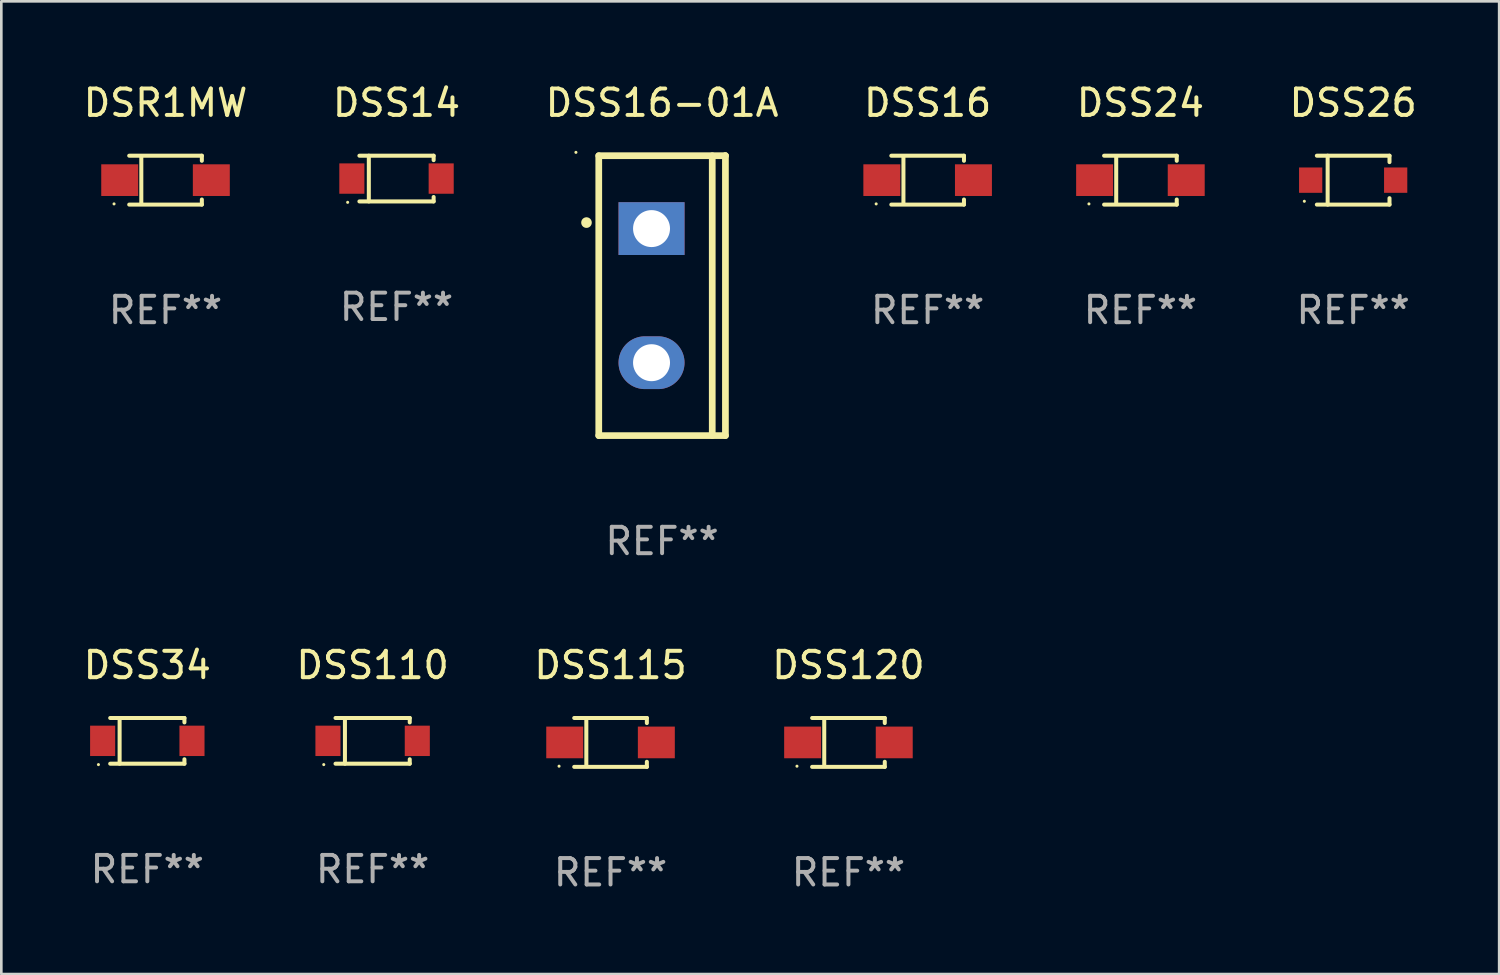
<source format=kicad_pcb>
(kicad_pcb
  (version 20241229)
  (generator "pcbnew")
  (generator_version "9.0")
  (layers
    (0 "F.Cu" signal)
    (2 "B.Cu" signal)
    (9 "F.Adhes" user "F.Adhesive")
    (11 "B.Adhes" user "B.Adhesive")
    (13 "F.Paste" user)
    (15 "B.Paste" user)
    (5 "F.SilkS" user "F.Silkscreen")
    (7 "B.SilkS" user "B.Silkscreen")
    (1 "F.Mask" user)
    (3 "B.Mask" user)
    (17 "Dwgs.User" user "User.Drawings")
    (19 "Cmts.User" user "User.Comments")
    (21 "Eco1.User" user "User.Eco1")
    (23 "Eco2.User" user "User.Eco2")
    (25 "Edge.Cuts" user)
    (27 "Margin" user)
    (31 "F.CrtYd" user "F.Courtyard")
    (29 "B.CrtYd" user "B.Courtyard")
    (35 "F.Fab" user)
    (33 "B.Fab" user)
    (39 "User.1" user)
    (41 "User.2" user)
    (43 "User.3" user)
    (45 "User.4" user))
  (footprint "DSS16"
    (layer "F.Cu")
    (at 32.089 3.774)
    (property "Reference" "DSS16" (at 0 -2.926 0) (layer "F.SilkS") (effects (font (size 1 1) (thickness 0.15))))
    (attr through_hole)
    (fp_line (start -1.376 -0.926) (end 1.376 -0.926) (stroke (width 0.152) (type solid)) (layer "F.SilkS"))
    (fp_line (start -1.376 0.926) (end 1.376 0.926) (stroke (width 0.152) (type solid)) (layer "F.SilkS"))
    (fp_line (start -0.917 -0.876) (end -0.917 0.876) (stroke (width 0.152) (type solid)) (layer "F.SilkS"))
    (fp_line (start 1.376 -0.926) (end 1.376 -0.733) (stroke (width 0.152) (type solid)) (layer "F.SilkS"))
    (fp_line (start 1.376 0.926) (end 1.376 0.733) (stroke (width 0.152) (type solid)) (layer "F.SilkS"))
    (fp_circle (center -1.95 0.9) (end -1.92 0.9) (stroke (width 0.06) (type solid)) (fill no) (layer "F.SilkS"))
    (fp_text user "REF**" (at 0 4.926 0) (layer "F.Fab") (effects (font (size 1 1) (thickness 0.15))))
    (pad "1" smd rect (at -1.735 0) (size 1.4 1.2) (layers "F.Cu" "F.Mask" "F.Paste"))
    (pad "2" smd rect (at 1.735 0) (size 1.4 1.2) (layers "F.Cu" "F.Mask" "F.Paste")))
  (footprint "DSS110"
    (layer "F.Cu")
    (at 11.065 25.013)
    (property "Reference" "DSS110" (at 0 -2.866 0) (layer "F.SilkS") (effects (font (size 1 1) (thickness 0.15))))
    (attr through_hole)
    (fp_line (start -1.406 -0.866) (end 1.406 -0.866) (stroke (width 0.152) (type solid)) (layer "F.SilkS"))
    (fp_line (start -1.406 0.866) (end 1.406 0.866) (stroke (width 0.152) (type solid)) (layer "F.SilkS"))
    (fp_line (start -1.049 -0.866) (end -1.049 0.866) (stroke (width 0.152) (type solid)) (layer "F.SilkS"))
    (fp_line (start 1.406 -0.866) (end 1.406 -0.698) (stroke (width 0.152) (type solid)) (layer "F.SilkS"))
    (fp_line (start 1.406 0.866) (end 1.406 0.698) (stroke (width 0.152) (type solid)) (layer "F.SilkS"))
    (fp_circle (center -1.851 0.9) (end -1.821 0.9) (stroke (width 0.06) (type solid)) (fill no) (layer "F.SilkS"))
    (fp_text user "REF**" (at 0 4.866 0) (layer "F.Fab") (effects (font (size 1 1) (thickness 0.15))))
    (pad "1" smd rect (at -1.692 0) (size 0.95 1.15) (layers "F.Cu" "F.Mask" "F.Paste"))
    (pad "2" smd rect (at 1.692 0) (size 0.95 1.15) (layers "F.Cu" "F.Mask" "F.Paste")))
  (footprint "DSR1MW"
    (layer "F.Cu")
    (at 3.22 3.774)
    (property "Reference" "DSR1MW" (at 0 -2.926 0) (layer "F.SilkS") (effects (font (size 1 1) (thickness 0.15))))
    (attr through_hole)
    (fp_line (start -1.376 -0.926) (end 1.376 -0.926) (stroke (width 0.152) (type solid)) (layer "F.SilkS"))
    (fp_line (start -1.376 0.926) (end 1.376 0.926) (stroke (width 0.152) (type solid)) (layer "F.SilkS"))
    (fp_line (start -0.917 -0.876) (end -0.917 0.876) (stroke (width 0.152) (type solid)) (layer "F.SilkS"))
    (fp_line (start 1.376 -0.926) (end 1.376 -0.733) (stroke (width 0.152) (type solid)) (layer "F.SilkS"))
    (fp_line (start 1.376 0.926) (end 1.376 0.733) (stroke (width 0.152) (type solid)) (layer "F.SilkS"))
    (fp_circle (center -1.95 0.9) (end -1.92 0.9) (stroke (width 0.06) (type solid)) (fill no) (layer "F.SilkS"))
    (fp_text user "REF**" (at 0 4.926 0) (layer "F.Fab") (effects (font (size 1 1) (thickness 0.15))))
    (pad "1" smd rect (at -1.735 0) (size 1.4 1.2) (layers "F.Cu" "F.Mask" "F.Paste"))
    (pad "2" smd rect (at 1.735 0) (size 1.4 1.2) (layers "F.Cu" "F.Mask" "F.Paste")))
  (footprint "DSS115"
    (layer "F.Cu")
    (at 20.077 25.073)
    (property "Reference" "DSS115" (at 0 -2.926 0) (layer "F.SilkS") (effects (font (size 1 1) (thickness 0.15))))
    (attr through_hole)
    (fp_line (start -1.376 -0.926) (end 1.376 -0.926) (stroke (width 0.152) (type solid)) (layer "F.SilkS"))
    (fp_line (start -1.376 0.926) (end 1.376 0.926) (stroke (width 0.152) (type solid)) (layer "F.SilkS"))
    (fp_line (start -0.917 -0.876) (end -0.917 0.876) (stroke (width 0.152) (type solid)) (layer "F.SilkS"))
    (fp_line (start 1.376 -0.926) (end 1.376 -0.733) (stroke (width 0.152) (type solid)) (layer "F.SilkS"))
    (fp_line (start 1.376 0.926) (end 1.376 0.733) (stroke (width 0.152) (type solid)) (layer "F.SilkS"))
    (fp_circle (center -1.95 0.9) (end -1.92 0.9) (stroke (width 0.06) (type solid)) (fill no) (layer "F.SilkS"))
    (fp_text user "REF**" (at 0 4.926 0) (layer "F.Fab") (effects (font (size 1 1) (thickness 0.15))))
    (pad "1" smd rect (at -1.735 0) (size 1.4 1.2) (layers "F.Cu" "F.Mask" "F.Paste"))
    (pad "2" smd rect (at 1.735 0) (size 1.4 1.2) (layers "F.Cu" "F.Mask" "F.Paste")))
  (footprint "DSS14"
    (layer "F.Cu")
    (at 11.97 3.714)
    (property "Reference" "DSS14" (at 0 -2.866 0) (layer "F.SilkS") (effects (font (size 1 1) (thickness 0.15))))
    (attr through_hole)
    (fp_line (start -1.406 -0.866) (end 1.406 -0.866) (stroke (width 0.152) (type solid)) (layer "F.SilkS"))
    (fp_line (start -1.406 0.866) (end 1.406 0.866) (stroke (width 0.152) (type solid)) (layer "F.SilkS"))
    (fp_line (start -1.049 -0.866) (end -1.049 0.866) (stroke (width 0.152) (type solid)) (layer "F.SilkS"))
    (fp_line (start 1.406 -0.866) (end 1.406 -0.698) (stroke (width 0.152) (type solid)) (layer "F.SilkS"))
    (fp_line (start 1.406 0.866) (end 1.406 0.698) (stroke (width 0.152) (type solid)) (layer "F.SilkS"))
    (fp_circle (center -1.851 0.9) (end -1.821 0.9) (stroke (width 0.06) (type solid)) (fill no) (layer "F.SilkS"))
    (fp_text user "REF**" (at 0 4.866 0) (layer "F.Fab") (effects (font (size 1 1) (thickness 0.15))))
    (pad "1" smd rect (at -1.692 0) (size 0.95 1.15) (layers "F.Cu" "F.Mask" "F.Paste"))
    (pad "2" smd rect (at 1.692 0) (size 0.95 1.15) (layers "F.Cu" "F.Mask" "F.Paste")))
  (footprint "DSS120"
    (layer "F.Cu")
    (at 29.089 25.073)
    (property "Reference" "DSS120" (at 0 -2.926 0) (layer "F.SilkS") (effects (font (size 1 1) (thickness 0.15))))
    (attr through_hole)
    (fp_line (start -1.376 -0.926) (end 1.376 -0.926) (stroke (width 0.152) (type solid)) (layer "F.SilkS"))
    (fp_line (start -1.376 0.926) (end 1.376 0.926) (stroke (width 0.152) (type solid)) (layer "F.SilkS"))
    (fp_line (start -0.917 -0.876) (end -0.917 0.876) (stroke (width 0.152) (type solid)) (layer "F.SilkS"))
    (fp_line (start 1.376 -0.926) (end 1.376 -0.733) (stroke (width 0.152) (type solid)) (layer "F.SilkS"))
    (fp_line (start 1.376 0.926) (end 1.376 0.733) (stroke (width 0.152) (type solid)) (layer "F.SilkS"))
    (fp_circle (center -1.95 0.9) (end -1.92 0.9) (stroke (width 0.06) (type solid)) (fill no) (layer "F.SilkS"))
    (fp_text user "REF**" (at 0 4.926 0) (layer "F.Fab") (effects (font (size 1 1) (thickness 0.15))))
    (pad "1" smd rect (at -1.735 0) (size 1.4 1.2) (layers "F.Cu" "F.Mask" "F.Paste"))
    (pad "2" smd rect (at 1.735 0) (size 1.4 1.2) (layers "F.Cu" "F.Mask" "F.Paste")))
  (footprint "DSS24"
    (layer "F.Cu")
    (at 40.149 3.774)
    (property "Reference" "DSS24" (at 0 -2.926 0) (layer "F.SilkS") (effects (font (size 1 1) (thickness 0.15))))
    (attr through_hole)
    (fp_line (start -1.376 -0.926) (end 1.376 -0.926) (stroke (width 0.152) (type solid)) (layer "F.SilkS"))
    (fp_line (start -1.376 0.926) (end 1.376 0.926) (stroke (width 0.152) (type solid)) (layer "F.SilkS"))
    (fp_line (start -0.917 -0.876) (end -0.917 0.876) (stroke (width 0.152) (type solid)) (layer "F.SilkS"))
    (fp_line (start 1.376 -0.926) (end 1.376 -0.733) (stroke (width 0.152) (type solid)) (layer "F.SilkS"))
    (fp_line (start 1.376 0.926) (end 1.376 0.733) (stroke (width 0.152) (type solid)) (layer "F.SilkS"))
    (fp_circle (center -1.95 0.9) (end -1.92 0.9) (stroke (width 0.06) (type solid)) (fill no) (layer "F.SilkS"))
    (fp_text user "REF**" (at 0 4.926 0) (layer "F.Fab") (effects (font (size 1 1) (thickness 0.15))))
    (pad "1" smd rect (at -1.735 0) (size 1.4 1.2) (layers "F.Cu" "F.Mask" "F.Paste"))
    (pad "2" smd rect (at 1.735 0) (size 1.4 1.2) (layers "F.Cu" "F.Mask" "F.Paste")))
  (footprint "DSS26"
    (layer "F.Cu")
    (at 48.208 3.774)
    (property "Reference" "DSS26" (at 0 -2.926 0) (layer "F.SilkS") (effects (font (size 1 1) (thickness 0.15))))
    (attr through_hole)
    (fp_line (start -1.376 -0.926) (end 1.376 -0.926) (stroke (width 0.152) (type solid)) (layer "F.SilkS"))
    (fp_line (start -1.376 0.926) (end 1.376 0.926) (stroke (width 0.152) (type solid)) (layer "F.SilkS"))
    (fp_line (start -0.967 -0.926) (end -0.967 0.926) (stroke (width 0.152) (type solid)) (layer "F.SilkS"))
    (fp_line (start 1.376 -0.926) (end 1.376 -0.683) (stroke (width 0.152) (type solid)) (layer "F.SilkS"))
    (fp_line (start 1.376 0.926) (end 1.376 0.683) (stroke (width 0.152) (type solid)) (layer "F.SilkS"))
    (fp_circle (center -1.85 0.8) (end -1.82 0.8) (stroke (width 0.06) (type solid)) (fill no) (layer "F.SilkS"))
    (fp_text user "REF**" (at 0 4.926 0) (layer "F.Fab") (effects (font (size 1 1) (thickness 0.15))))
    (pad "1" smd rect (at -1.61 0) (size 0.88 0.96) (layers "F.Cu" "F.Mask" "F.Paste"))
    (pad "2" smd rect (at 1.61 0) (size 0.88 0.96) (layers "F.Cu" "F.Mask" "F.Paste")))
  (footprint "DSS34"
    (layer "F.Cu")
    (at 2.53 25.013)
    (property "Reference" "DSS34" (at 0 -2.866 0) (layer "F.SilkS") (effects (font (size 1 1) (thickness 0.15))))
    (attr through_hole)
    (fp_line (start -1.406 -0.866) (end 1.406 -0.866) (stroke (width 0.152) (type solid)) (layer "F.SilkS"))
    (fp_line (start -1.406 0.866) (end 1.406 0.866) (stroke (width 0.152) (type solid)) (layer "F.SilkS"))
    (fp_line (start -1.049 -0.866) (end -1.049 0.866) (stroke (width 0.152) (type solid)) (layer "F.SilkS"))
    (fp_line (start 1.406 -0.866) (end 1.406 -0.698) (stroke (width 0.152) (type solid)) (layer "F.SilkS"))
    (fp_line (start 1.406 0.866) (end 1.406 0.698) (stroke (width 0.152) (type solid)) (layer "F.SilkS"))
    (fp_circle (center -1.851 0.9) (end -1.821 0.9) (stroke (width 0.06) (type solid)) (fill no) (layer "F.SilkS"))
    (fp_text user "REF**" (at 0 4.866 0) (layer "F.Fab") (effects (font (size 1 1) (thickness 0.15))))
    (pad "1" smd rect (at -1.692 0) (size 0.95 1.15) (layers "F.Cu" "F.Mask" "F.Paste"))
    (pad "2" smd rect (at 1.692 0) (size 0.95 1.15) (layers "F.Cu" "F.Mask" "F.Paste")))
  (footprint "DSS16-01A"
    (layer "F.Cu")
    (at 22.03 8.149)
    (property "Reference" "DSS16-01A" (at 0 -7.301 0) (layer "F.SilkS") (effects (font (size 1 1) (thickness 0.15))))
    (attr through_hole)
    (fp_line (start -2.399 -5.301) (end 2.394 -5.301) (stroke (width 0.254) (type solid)) (layer "F.SilkS"))
    (fp_line (start -2.399 5.301) (end -2.399 -5.301) (stroke (width 0.254) (type solid)) (layer "F.SilkS"))
    (fp_line (start 1.9 5.3) (end 1.9 -5.3) (stroke (width 0.254) (type solid)) (layer "F.SilkS"))
    (fp_line (start 2.394 -5.301) (end 2.399 -5.301) (stroke (width 0.254) (type solid)) (layer "F.SilkS"))
    (fp_line (start 2.399 -5.301) (end 2.399 5.301) (stroke (width 0.254) (type solid)) (layer "F.SilkS"))
    (fp_line (start 2.399 5.301) (end -2.399 5.301) (stroke (width 0.254) (type solid)) (layer "F.SilkS"))
    (fp_arc (start -2.863843 -2.766066) (mid -2.863847 -2.767336) (end -2.863843 -2.768606) (stroke (width 0.4) (type solid)) (layer "F.SilkS"))
    (fp_circle (center -3.264 -5.428) (end -3.234 -5.428) (stroke (width 0.06) (type solid)) (fill no) (layer "F.SilkS"))
    (fp_text user "REF**" (at 0 9.301 0) (layer "F.Fab") (effects (font (size 1 1) (thickness 0.15))))
    (pad "1" thru_hole rect (at -0.4 -2.54 270) (size 2 2.5) (drill 1.4) (layers "*.Cu" "*.Mask"))
    (pad "2" thru_hole oval (at -0.4 2.54 270) (size 2 2.5) (drill 1.4) (layers "*.Cu" "*.Mask")))
  (gr_rect
    (start -3 -3)
    (end 53.738 33.848)
    (stroke (width 0.1) (type default))
    (fill no)
    (layer "Edge.Cuts")))
</source>
